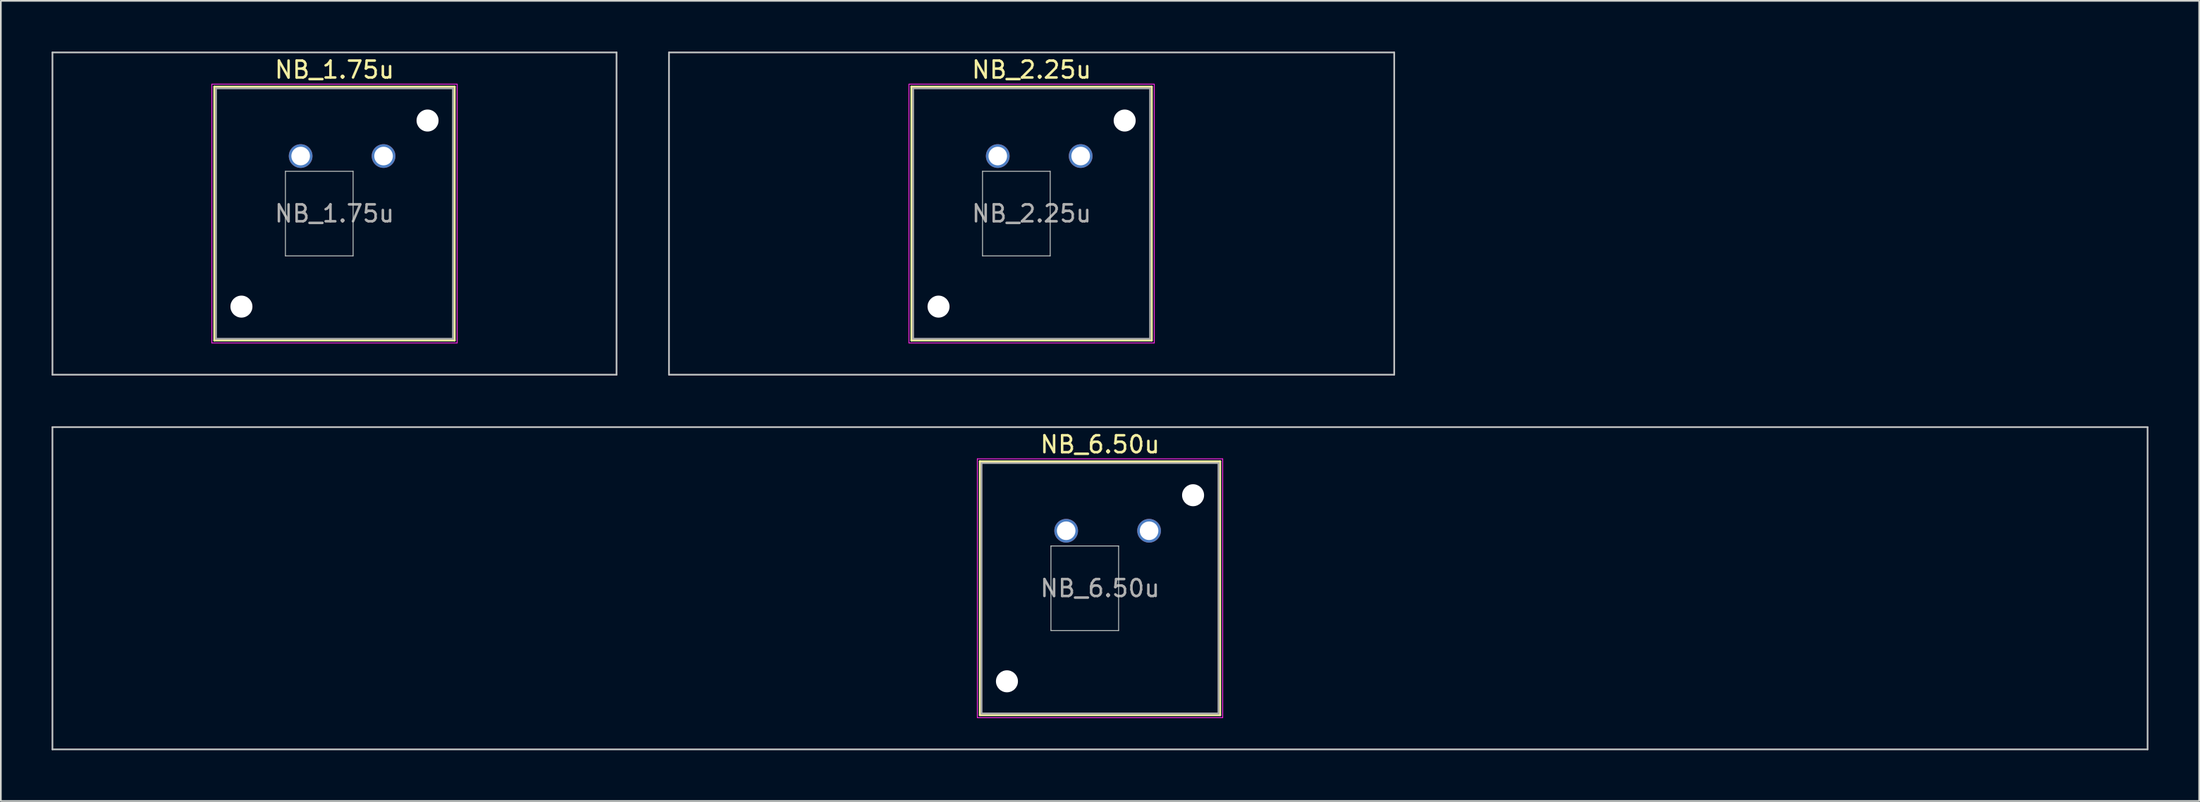
<source format=kicad_pcb>
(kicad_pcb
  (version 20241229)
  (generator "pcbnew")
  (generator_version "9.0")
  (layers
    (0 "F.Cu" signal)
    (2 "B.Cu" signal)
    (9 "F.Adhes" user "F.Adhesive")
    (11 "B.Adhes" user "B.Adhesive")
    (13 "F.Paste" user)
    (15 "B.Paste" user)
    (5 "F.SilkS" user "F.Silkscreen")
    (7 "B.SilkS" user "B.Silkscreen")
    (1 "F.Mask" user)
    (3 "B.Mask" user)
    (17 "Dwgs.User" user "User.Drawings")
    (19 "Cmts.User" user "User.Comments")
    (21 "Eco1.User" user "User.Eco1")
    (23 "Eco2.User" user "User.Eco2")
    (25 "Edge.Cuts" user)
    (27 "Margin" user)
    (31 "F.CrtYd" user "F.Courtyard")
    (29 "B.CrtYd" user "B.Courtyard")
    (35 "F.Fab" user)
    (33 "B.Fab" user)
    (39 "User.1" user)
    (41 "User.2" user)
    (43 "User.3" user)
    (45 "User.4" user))
  (footprint "NB_2.25u"
    (layer "F.Cu")
    (at 57.919 9.575)
    (property "Reference" "NB_2.25u" (at 0 -8.5 0) (layer "F.SilkS") (effects (font (size 1 1) (thickness 0.15))))
    (attr through_hole)
    (fp_line (start -7.1 -7.5) (end -7.1 7.5) (stroke (width 0.12) (type solid)) (layer "F.SilkS"))
    (fp_line (start -7.1 7.5) (end 7.1 7.5) (stroke (width 0.12) (type solid)) (layer "F.SilkS"))
    (fp_line (start 7.1 -7.5) (end -7.1 -7.5) (stroke (width 0.12) (type solid)) (layer "F.SilkS"))
    (fp_line (start 7.1 7.5) (end 7.1 -7.5) (stroke (width 0.12) (type solid)) (layer "F.SilkS"))
    (fp_line (start -21.431 -9.525) (end -21.431 9.525) (stroke (width 0.1) (type solid)) (layer "Dwgs.User"))
    (fp_line (start -21.431 9.525) (end 21.431 9.525) (stroke (width 0.1) (type solid)) (layer "Dwgs.User"))
    (fp_line (start 21.431 -9.525) (end -21.431 -9.525) (stroke (width 0.1) (type solid)) (layer "Dwgs.User"))
    (fp_line (start 21.431 9.525) (end 21.431 -9.525) (stroke (width 0.1) (type solid)) (layer "Dwgs.User"))
    (fp_line (start -8 -8) (end -8 8) (stroke (width 0.1) (type solid)) (layer "Eco1.User"))
    (fp_line (start -8 8) (end 8 8) (stroke (width 0.1) (type solid)) (layer "Eco1.User"))
    (fp_line (start 8 -8) (end -8 -8) (stroke (width 0.1) (type solid)) (layer "Eco1.User"))
    (fp_line (start 8 8) (end 8 -8) (stroke (width 0.1) (type solid)) (layer "Eco1.User"))
    (fp_line (start -2.9 -2.5) (end 1.1 -2.5) (stroke (width 0.05) (type solid)) (layer "Edge.Cuts"))
    (fp_line (start -2.9 2.5) (end -2.9 -2.5) (stroke (width 0.05) (type solid)) (layer "Edge.Cuts"))
    (fp_line (start 1.1 -2.5) (end 1.1 2.5) (stroke (width 0.05) (type solid)) (layer "Edge.Cuts"))
    (fp_line (start 1.1 2.5) (end -2.9 2.5) (stroke (width 0.05) (type solid)) (layer "Edge.Cuts"))
    (fp_line (start -7.25 -7.65) (end -7.25 7.65) (stroke (width 0.05) (type solid)) (layer "F.CrtYd"))
    (fp_line (start -7.25 7.65) (end 7.25 7.65) (stroke (width 0.05) (type solid)) (layer "F.CrtYd"))
    (fp_line (start 7.25 -7.65) (end -7.25 -7.65) (stroke (width 0.05) (type solid)) (layer "F.CrtYd"))
    (fp_line (start 7.25 7.65) (end 7.25 -7.65) (stroke (width 0.05) (type solid)) (layer "F.CrtYd"))
    (fp_line (start -7 -7.4) (end -7 7.4) (stroke (width 0.1) (type solid)) (layer "F.Fab"))
    (fp_line (start -7 7.4) (end 7 7.4) (stroke (width 0.1) (type solid)) (layer "F.Fab"))
    (fp_line (start 7 -7.4) (end -7 -7.4) (stroke (width 0.1) (type solid)) (layer "F.Fab"))
    (fp_line (start 7 7.4) (end 7 -7.4) (stroke (width 0.1) (type solid)) (layer "F.Fab"))
    (fp_text user "${REFERENCE}" (at 0 0 0) (layer "F.Fab") (effects (font (size 1 1) (thickness 0.15))))
    (pad "" np_thru_hole circle (at -5.5 5.5) (size 1.3 1.3) (drill 1.3) (layers "*.Cu" "*.Mask"))
    (pad "" np_thru_hole circle (at 5.5 -5.5) (size 1.3 1.3) (drill 1.3) (layers "*.Cu" "*.Mask"))
    (pad "1" thru_hole circle (at -2 -3.4) (size 1.4 1.4) (drill 1.1) (layers "*.Cu" "*.Mask"))
    (pad "2" thru_hole circle (at 2.9 -3.4) (size 1.4 1.4) (drill 1.1) (layers "*.Cu" "*.Mask")))
  (footprint "NB_1.75u"
    (layer "F.Cu")
    (at 16.719 9.575)
    (property "Reference" "NB_1.75u" (at 0 -8.5 0) (layer "F.SilkS") (effects (font (size 1 1) (thickness 0.15))))
    (attr through_hole)
    (fp_line (start -7.1 -7.5) (end -7.1 7.5) (stroke (width 0.12) (type solid)) (layer "F.SilkS"))
    (fp_line (start -7.1 7.5) (end 7.1 7.5) (stroke (width 0.12) (type solid)) (layer "F.SilkS"))
    (fp_line (start 7.1 -7.5) (end -7.1 -7.5) (stroke (width 0.12) (type solid)) (layer "F.SilkS"))
    (fp_line (start 7.1 7.5) (end 7.1 -7.5) (stroke (width 0.12) (type solid)) (layer "F.SilkS"))
    (fp_line (start -16.669 -9.525) (end -16.669 9.525) (stroke (width 0.1) (type solid)) (layer "Dwgs.User"))
    (fp_line (start -16.669 9.525) (end 16.669 9.525) (stroke (width 0.1) (type solid)) (layer "Dwgs.User"))
    (fp_line (start 16.669 -9.525) (end -16.669 -9.525) (stroke (width 0.1) (type solid)) (layer "Dwgs.User"))
    (fp_line (start 16.669 9.525) (end 16.669 -9.525) (stroke (width 0.1) (type solid)) (layer "Dwgs.User"))
    (fp_line (start -8 -8) (end -8 8) (stroke (width 0.1) (type solid)) (layer "Eco1.User"))
    (fp_line (start -8 8) (end 8 8) (stroke (width 0.1) (type solid)) (layer "Eco1.User"))
    (fp_line (start 8 -8) (end -8 -8) (stroke (width 0.1) (type solid)) (layer "Eco1.User"))
    (fp_line (start 8 8) (end 8 -8) (stroke (width 0.1) (type solid)) (layer "Eco1.User"))
    (fp_line (start -2.9 -2.5) (end 1.1 -2.5) (stroke (width 0.05) (type solid)) (layer "Edge.Cuts"))
    (fp_line (start -2.9 2.5) (end -2.9 -2.5) (stroke (width 0.05) (type solid)) (layer "Edge.Cuts"))
    (fp_line (start 1.1 -2.5) (end 1.1 2.5) (stroke (width 0.05) (type solid)) (layer "Edge.Cuts"))
    (fp_line (start 1.1 2.5) (end -2.9 2.5) (stroke (width 0.05) (type solid)) (layer "Edge.Cuts"))
    (fp_line (start -7.25 -7.65) (end -7.25 7.65) (stroke (width 0.05) (type solid)) (layer "F.CrtYd"))
    (fp_line (start -7.25 7.65) (end 7.25 7.65) (stroke (width 0.05) (type solid)) (layer "F.CrtYd"))
    (fp_line (start 7.25 -7.65) (end -7.25 -7.65) (stroke (width 0.05) (type solid)) (layer "F.CrtYd"))
    (fp_line (start 7.25 7.65) (end 7.25 -7.65) (stroke (width 0.05) (type solid)) (layer "F.CrtYd"))
    (fp_line (start -7 -7.4) (end -7 7.4) (stroke (width 0.1) (type solid)) (layer "F.Fab"))
    (fp_line (start -7 7.4) (end 7 7.4) (stroke (width 0.1) (type solid)) (layer "F.Fab"))
    (fp_line (start 7 -7.4) (end -7 -7.4) (stroke (width 0.1) (type solid)) (layer "F.Fab"))
    (fp_line (start 7 7.4) (end 7 -7.4) (stroke (width 0.1) (type solid)) (layer "F.Fab"))
    (fp_text user "${REFERENCE}" (at 0 0 0) (layer "F.Fab") (effects (font (size 1 1) (thickness 0.15))))
    (pad "" np_thru_hole circle (at -5.5 5.5) (size 1.3 1.3) (drill 1.3) (layers "*.Cu" "*.Mask"))
    (pad "" np_thru_hole circle (at 5.5 -5.5) (size 1.3 1.3) (drill 1.3) (layers "*.Cu" "*.Mask"))
    (pad "1" thru_hole circle (at -2 -3.4) (size 1.4 1.4) (drill 1.1) (layers "*.Cu" "*.Mask"))
    (pad "2" thru_hole circle (at 2.9 -3.4) (size 1.4 1.4) (drill 1.1) (layers "*.Cu" "*.Mask")))
  (footprint "NB_6.50u"
    (layer "F.Cu")
    (at 61.962 31.725)
    (property "Reference" "NB_6.50u" (at 0 -8.5 0) (layer "F.SilkS") (effects (font (size 1 1) (thickness 0.15))))
    (attr through_hole)
    (fp_line (start -7.1 -7.5) (end -7.1 7.5) (stroke (width 0.12) (type solid)) (layer "F.SilkS"))
    (fp_line (start -7.1 7.5) (end 7.1 7.5) (stroke (width 0.12) (type solid)) (layer "F.SilkS"))
    (fp_line (start 7.1 -7.5) (end -7.1 -7.5) (stroke (width 0.12) (type solid)) (layer "F.SilkS"))
    (fp_line (start 7.1 7.5) (end 7.1 -7.5) (stroke (width 0.12) (type solid)) (layer "F.SilkS"))
    (fp_line (start -61.913 -9.525) (end -61.913 9.525) (stroke (width 0.1) (type solid)) (layer "Dwgs.User"))
    (fp_line (start -61.913 9.525) (end 61.913 9.525) (stroke (width 0.1) (type solid)) (layer "Dwgs.User"))
    (fp_line (start 61.913 -9.525) (end -61.913 -9.525) (stroke (width 0.1) (type solid)) (layer "Dwgs.User"))
    (fp_line (start 61.913 9.525) (end 61.913 -9.525) (stroke (width 0.1) (type solid)) (layer "Dwgs.User"))
    (fp_line (start -8 -8) (end -8 8) (stroke (width 0.1) (type solid)) (layer "Eco1.User"))
    (fp_line (start -8 8) (end 8 8) (stroke (width 0.1) (type solid)) (layer "Eco1.User"))
    (fp_line (start 8 -8) (end -8 -8) (stroke (width 0.1) (type solid)) (layer "Eco1.User"))
    (fp_line (start 8 8) (end 8 -8) (stroke (width 0.1) (type solid)) (layer "Eco1.User"))
    (fp_line (start -2.9 -2.5) (end 1.1 -2.5) (stroke (width 0.05) (type solid)) (layer "Edge.Cuts"))
    (fp_line (start -2.9 2.5) (end -2.9 -2.5) (stroke (width 0.05) (type solid)) (layer "Edge.Cuts"))
    (fp_line (start 1.1 -2.5) (end 1.1 2.5) (stroke (width 0.05) (type solid)) (layer "Edge.Cuts"))
    (fp_line (start 1.1 2.5) (end -2.9 2.5) (stroke (width 0.05) (type solid)) (layer "Edge.Cuts"))
    (fp_line (start -7.25 -7.65) (end -7.25 7.65) (stroke (width 0.05) (type solid)) (layer "F.CrtYd"))
    (fp_line (start -7.25 7.65) (end 7.25 7.65) (stroke (width 0.05) (type solid)) (layer "F.CrtYd"))
    (fp_line (start 7.25 -7.65) (end -7.25 -7.65) (stroke (width 0.05) (type solid)) (layer "F.CrtYd"))
    (fp_line (start 7.25 7.65) (end 7.25 -7.65) (stroke (width 0.05) (type solid)) (layer "F.CrtYd"))
    (fp_line (start -7 -7.4) (end -7 7.4) (stroke (width 0.1) (type solid)) (layer "F.Fab"))
    (fp_line (start -7 7.4) (end 7 7.4) (stroke (width 0.1) (type solid)) (layer "F.Fab"))
    (fp_line (start 7 -7.4) (end -7 -7.4) (stroke (width 0.1) (type solid)) (layer "F.Fab"))
    (fp_line (start 7 7.4) (end 7 -7.4) (stroke (width 0.1) (type solid)) (layer "F.Fab"))
    (fp_text user "${REFERENCE}" (at 0 0 0) (layer "F.Fab") (effects (font (size 1 1) (thickness 0.15))))
    (pad "" np_thru_hole circle (at -5.5 5.5) (size 1.3 1.3) (drill 1.3) (layers "*.Cu" "*.Mask"))
    (pad "" np_thru_hole circle (at 5.5 -5.5) (size 1.3 1.3) (drill 1.3) (layers "*.Cu" "*.Mask"))
    (pad "1" thru_hole circle (at -2 -3.4) (size 1.4 1.4) (drill 1.1) (layers "*.Cu" "*.Mask"))
    (pad "2" thru_hole circle (at 2.9 -3.4) (size 1.4 1.4) (drill 1.1) (layers "*.Cu" "*.Mask")))
  (gr_rect
    (start -3 -3)
    (end 126.925 44.3)
    (stroke (width 0.1) (type default))
    (fill no)
    (layer "Edge.Cuts")))
</source>
